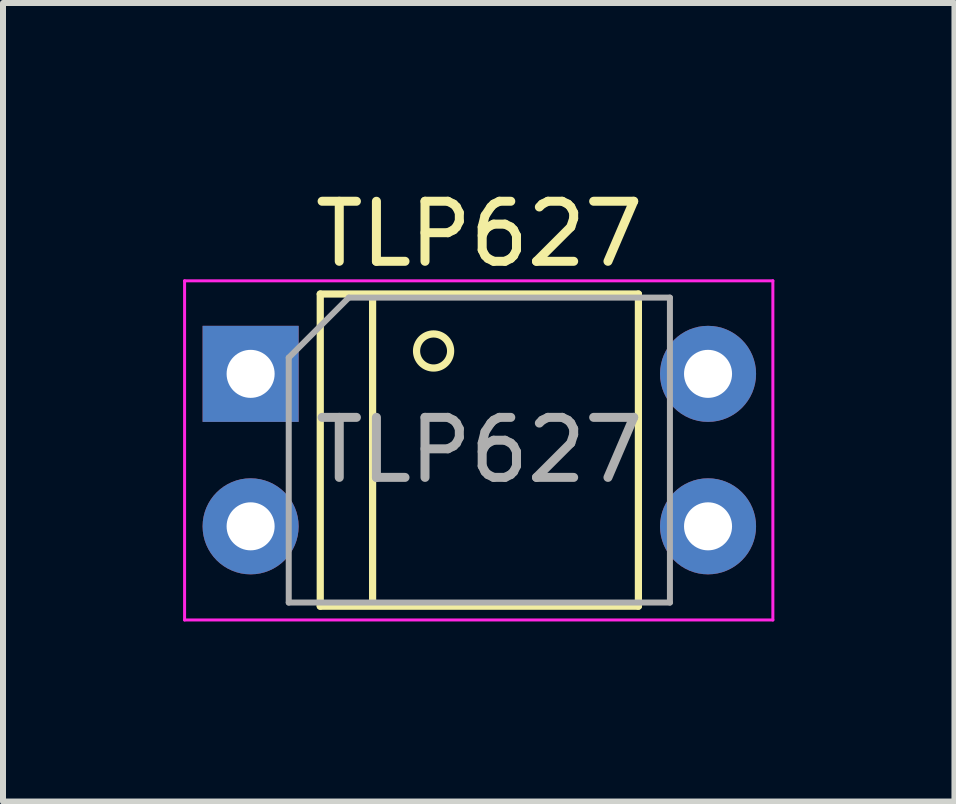
<source format=kicad_pcb>
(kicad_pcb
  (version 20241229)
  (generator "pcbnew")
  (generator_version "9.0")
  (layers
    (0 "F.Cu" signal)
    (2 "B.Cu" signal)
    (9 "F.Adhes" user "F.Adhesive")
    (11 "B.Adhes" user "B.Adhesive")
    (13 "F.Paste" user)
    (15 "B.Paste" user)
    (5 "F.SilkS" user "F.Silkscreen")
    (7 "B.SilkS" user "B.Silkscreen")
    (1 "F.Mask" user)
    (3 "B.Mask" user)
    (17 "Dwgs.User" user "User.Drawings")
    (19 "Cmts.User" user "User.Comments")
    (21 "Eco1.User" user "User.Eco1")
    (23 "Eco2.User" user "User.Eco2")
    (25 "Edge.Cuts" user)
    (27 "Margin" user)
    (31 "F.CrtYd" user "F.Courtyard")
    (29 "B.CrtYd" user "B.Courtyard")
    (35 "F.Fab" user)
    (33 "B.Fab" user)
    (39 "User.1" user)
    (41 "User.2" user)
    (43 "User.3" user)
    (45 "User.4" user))
  (footprint "TLP627"
    (layer "F.Cu")
    (at 1.125 3.178)
    (property "Reference" "TLP627" (at 3.81 -2.33 0) (layer "F.SilkS") (effects (font (size 1 1) (thickness 0.15))))
    (attr through_hole)
    (fp_line (start 1.16 -1.33) (end 1.16 3.87) (stroke (width 0.12) (type solid)) (layer "F.SilkS"))
    (fp_line (start 1.16 3.87) (end 6.46 3.87) (stroke (width 0.12) (type solid)) (layer "F.SilkS"))
    (fp_line (start 2.032 -1.27) (end 2.032 3.81) (stroke (width 0.12) (type solid)) (layer "F.SilkS"))
    (fp_line (start 6.46 -1.33) (end 1.16 -1.33) (stroke (width 0.12) (type solid)) (layer "F.SilkS"))
    (fp_line (start 6.46 3.87) (end 6.46 -1.33) (stroke (width 0.12) (type solid)) (layer "F.SilkS"))
    (fp_circle (center 3.048 -0.381) (end 2.794 -0.508) (stroke (width 0.12) (type solid)) (fill no) (layer "F.SilkS"))
    (fp_line (start -1.1 -1.55) (end -1.1 4.1) (stroke (width 0.05) (type solid)) (layer "F.CrtYd"))
    (fp_line (start -1.1 4.1) (end 8.7 4.1) (stroke (width 0.05) (type solid)) (layer "F.CrtYd"))
    (fp_line (start 8.7 -1.55) (end -1.1 -1.55) (stroke (width 0.05) (type solid)) (layer "F.CrtYd"))
    (fp_line (start 8.7 4.1) (end 8.7 -1.55) (stroke (width 0.05) (type solid)) (layer "F.CrtYd"))
    (fp_line (start 0.635 -0.27) (end 1.635 -1.27) (stroke (width 0.1) (type solid)) (layer "F.Fab"))
    (fp_line (start 0.635 3.81) (end 0.635 -0.27) (stroke (width 0.1) (type solid)) (layer "F.Fab"))
    (fp_line (start 1.635 -1.27) (end 6.985 -1.27) (stroke (width 0.1) (type solid)) (layer "F.Fab"))
    (fp_line (start 6.985 -1.27) (end 6.985 3.81) (stroke (width 0.1) (type solid)) (layer "F.Fab"))
    (fp_line (start 6.985 3.81) (end 0.635 3.81) (stroke (width 0.1) (type solid)) (layer "F.Fab"))
    (fp_text user "${REFERENCE}" (at 3.81 1.27 0) (layer "F.Fab") (effects (font (size 1 1) (thickness 0.15))))
    (pad "1" thru_hole rect (at 0 0) (size 1.6 1.6) (drill 0.8) (layers "*.Cu" "*.Mask"))
    (pad "2" thru_hole oval (at 0 2.54) (size 1.6 1.6) (drill 0.8) (layers "*.Cu" "*.Mask"))
    (pad "3" thru_hole oval (at 7.62 2.54) (size 1.6 1.6) (drill 0.8) (layers "*.Cu" "*.Mask"))
    (pad "4" thru_hole oval (at 7.62 0) (size 1.6 1.6) (drill 0.8) (layers "*.Cu" "*.Mask")))
  (gr_rect
    (start -3 -3)
    (end 12.85 10.303)
    (stroke (width 0.1) (type default))
    (fill no)
    (layer "Edge.Cuts")))
</source>
